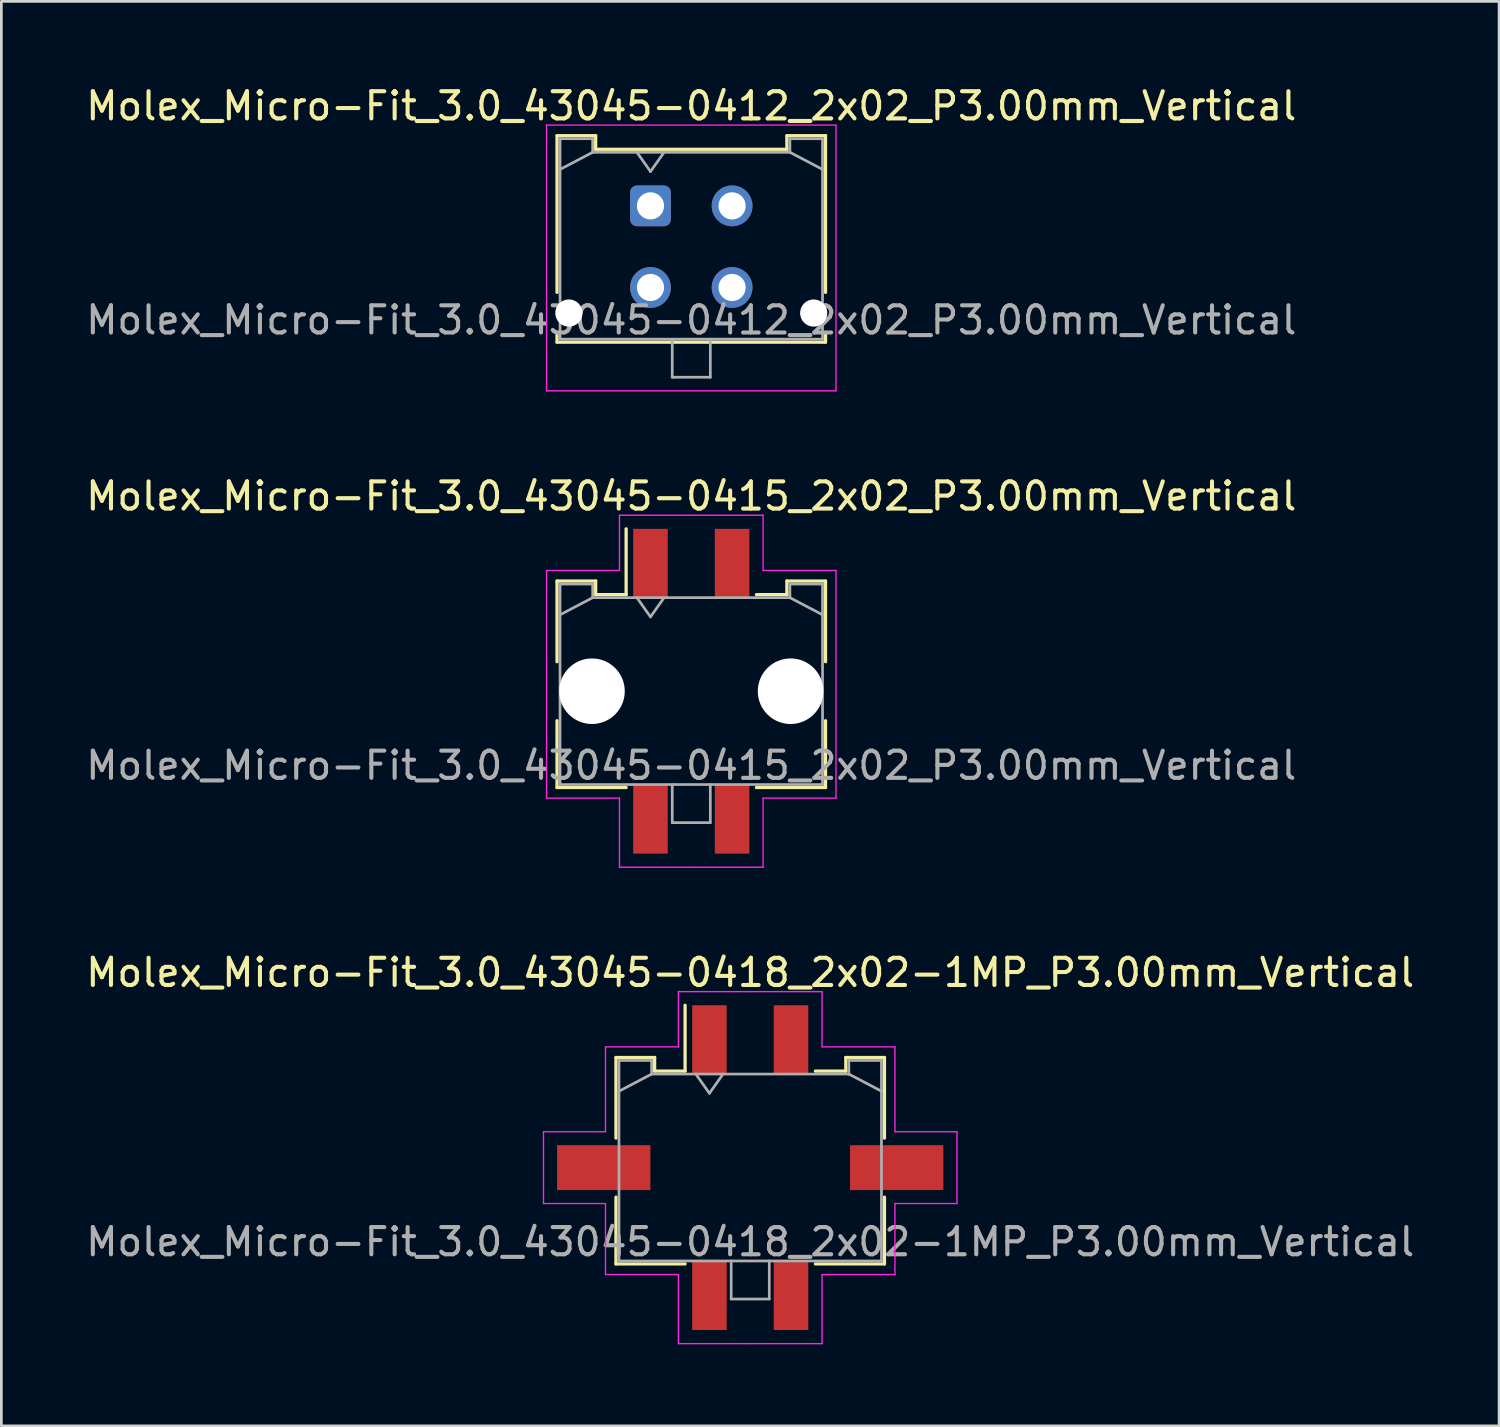
<source format=kicad_pcb>
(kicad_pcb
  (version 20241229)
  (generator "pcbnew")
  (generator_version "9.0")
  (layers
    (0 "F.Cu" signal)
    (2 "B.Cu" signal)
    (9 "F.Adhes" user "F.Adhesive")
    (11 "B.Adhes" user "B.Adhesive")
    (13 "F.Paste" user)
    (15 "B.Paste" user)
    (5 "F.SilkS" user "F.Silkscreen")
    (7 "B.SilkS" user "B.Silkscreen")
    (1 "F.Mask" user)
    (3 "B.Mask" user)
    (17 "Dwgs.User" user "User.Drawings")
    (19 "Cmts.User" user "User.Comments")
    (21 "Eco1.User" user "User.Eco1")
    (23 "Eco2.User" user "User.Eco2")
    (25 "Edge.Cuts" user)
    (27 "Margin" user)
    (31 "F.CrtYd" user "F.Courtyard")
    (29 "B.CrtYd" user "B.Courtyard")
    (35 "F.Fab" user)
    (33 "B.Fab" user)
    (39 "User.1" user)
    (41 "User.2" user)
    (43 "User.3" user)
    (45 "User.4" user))
  (footprint "Molex_Micro-Fit_3.0_43045-0418_2x02-1MP_P3.00mm_Vertical"
    (layer "F.Cu")
    (at 24.53 39.875)
    (property "Reference" "Molex_Micro-Fit_3.0_43045-0418_2x02-1MP_P3.00mm_Vertical" (at 0 -7.17 0) (layer "F.SilkS") (effects (font (size 1 1) (thickness 0.15))))
    (attr smd)
    (fp_line (start -4.935 -4.05) (end -3.515 -4.05) (stroke (width 0.12) (type solid)) (layer "F.SilkS"))
    (fp_line (start -4.935 -1.085) (end -4.935 -4.05) (stroke (width 0.12) (type solid)) (layer "F.SilkS"))
    (fp_line (start -4.935 1.085) (end -4.935 3.54) (stroke (width 0.12) (type solid)) (layer "F.SilkS"))
    (fp_line (start -4.935 3.54) (end -2.395 3.54) (stroke (width 0.12) (type solid)) (layer "F.SilkS"))
    (fp_line (start -3.515 -4.05) (end -3.515 -3.55) (stroke (width 0.12) (type solid)) (layer "F.SilkS"))
    (fp_line (start -3.515 -3.55) (end -2.395 -3.55) (stroke (width 0.12) (type solid)) (layer "F.SilkS"))
    (fp_line (start -2.395 -3.55) (end -2.395 -5.97) (stroke (width 0.12) (type solid)) (layer "F.SilkS"))
    (fp_line (start 3.515 -4.05) (end 3.515 -3.55) (stroke (width 0.12) (type solid)) (layer "F.SilkS"))
    (fp_line (start 3.515 -3.55) (end 2.395 -3.55) (stroke (width 0.12) (type solid)) (layer "F.SilkS"))
    (fp_line (start 4.935 -4.05) (end 3.515 -4.05) (stroke (width 0.12) (type solid)) (layer "F.SilkS"))
    (fp_line (start 4.935 -1.085) (end 4.935 -4.05) (stroke (width 0.12) (type solid)) (layer "F.SilkS"))
    (fp_line (start 4.935 1.085) (end 4.935 3.54) (stroke (width 0.12) (type solid)) (layer "F.SilkS"))
    (fp_line (start 4.935 3.54) (end 2.395 3.54) (stroke (width 0.12) (type solid)) (layer "F.SilkS"))
    (fp_line (start -7.6 -1.32) (end -7.6 1.32) (stroke (width 0.05) (type solid)) (layer "F.CrtYd"))
    (fp_line (start -7.6 1.32) (end -5.32 1.32) (stroke (width 0.05) (type solid)) (layer "F.CrtYd"))
    (fp_line (start -5.32 -4.44) (end -5.32 -1.32) (stroke (width 0.05) (type solid)) (layer "F.CrtYd"))
    (fp_line (start -5.32 -1.32) (end -7.6 -1.32) (stroke (width 0.05) (type solid)) (layer "F.CrtYd"))
    (fp_line (start -5.32 1.32) (end -5.32 3.93) (stroke (width 0.05) (type solid)) (layer "F.CrtYd"))
    (fp_line (start -5.32 3.93) (end -2.64 3.93) (stroke (width 0.05) (type solid)) (layer "F.CrtYd"))
    (fp_line (start -2.64 -6.47) (end -2.64 -4.44) (stroke (width 0.05) (type solid)) (layer "F.CrtYd"))
    (fp_line (start -2.64 -4.44) (end -5.32 -4.44) (stroke (width 0.05) (type solid)) (layer "F.CrtYd"))
    (fp_line (start -2.64 3.93) (end -2.64 6.47) (stroke (width 0.05) (type solid)) (layer "F.CrtYd"))
    (fp_line (start -2.64 6.47) (end 0 6.47) (stroke (width 0.05) (type solid)) (layer "F.CrtYd"))
    (fp_line (start 0 -6.47) (end -2.64 -6.47) (stroke (width 0.05) (type solid)) (layer "F.CrtYd"))
    (fp_line (start 0 -6.47) (end 2.64 -6.47) (stroke (width 0.05) (type solid)) (layer "F.CrtYd"))
    (fp_line (start 2.64 -6.47) (end 2.64 -4.44) (stroke (width 0.05) (type solid)) (layer "F.CrtYd"))
    (fp_line (start 2.64 -4.44) (end 5.32 -4.44) (stroke (width 0.05) (type solid)) (layer "F.CrtYd"))
    (fp_line (start 2.64 3.93) (end 2.64 6.47) (stroke (width 0.05) (type solid)) (layer "F.CrtYd"))
    (fp_line (start 2.64 6.47) (end 0 6.47) (stroke (width 0.05) (type solid)) (layer "F.CrtYd"))
    (fp_line (start 5.32 -4.44) (end 5.32 -1.32) (stroke (width 0.05) (type solid)) (layer "F.CrtYd"))
    (fp_line (start 5.32 -1.32) (end 7.6 -1.32) (stroke (width 0.05) (type solid)) (layer "F.CrtYd"))
    (fp_line (start 5.32 1.32) (end 5.32 3.93) (stroke (width 0.05) (type solid)) (layer "F.CrtYd"))
    (fp_line (start 5.32 3.93) (end 2.64 3.93) (stroke (width 0.05) (type solid)) (layer "F.CrtYd"))
    (fp_line (start 7.6 -1.32) (end 7.6 1.32) (stroke (width 0.05) (type solid)) (layer "F.CrtYd"))
    (fp_line (start 7.6 1.32) (end 5.32 1.32) (stroke (width 0.05) (type solid)) (layer "F.CrtYd"))
    (fp_line (start -4.825 -3.94) (end -4.825 3.43) (stroke (width 0.1) (type solid)) (layer "F.Fab"))
    (fp_line (start -4.825 -2.81) (end -3.625 -3.44) (stroke (width 0.1) (type solid)) (layer "F.Fab"))
    (fp_line (start -4.825 3.43) (end 4.825 3.43) (stroke (width 0.1) (type solid)) (layer "F.Fab"))
    (fp_line (start -3.625 -3.94) (end -4.825 -3.94) (stroke (width 0.1) (type solid)) (layer "F.Fab"))
    (fp_line (start -3.625 -3.44) (end -3.625 -3.94) (stroke (width 0.1) (type solid)) (layer "F.Fab"))
    (fp_line (start -2 -3.44) (end -1.5 -2.733) (stroke (width 0.1) (type solid)) (layer "F.Fab"))
    (fp_line (start -1.5 -2.733) (end -1 -3.44) (stroke (width 0.1) (type solid)) (layer "F.Fab"))
    (fp_line (start -0.7 3.43) (end -0.7 4.83) (stroke (width 0.1) (type solid)) (layer "F.Fab"))
    (fp_line (start -0.7 4.83) (end 0.7 4.83) (stroke (width 0.1) (type solid)) (layer "F.Fab"))
    (fp_line (start 0.7 4.83) (end 0.7 3.43) (stroke (width 0.1) (type solid)) (layer "F.Fab"))
    (fp_line (start 3.625 -3.94) (end 3.625 -3.44) (stroke (width 0.1) (type solid)) (layer "F.Fab"))
    (fp_line (start 3.625 -3.44) (end -3.625 -3.44) (stroke (width 0.1) (type solid)) (layer "F.Fab"))
    (fp_line (start 4.825 -3.94) (end 3.625 -3.94) (stroke (width 0.1) (type solid)) (layer "F.Fab"))
    (fp_line (start 4.825 -2.81) (end 3.625 -3.44) (stroke (width 0.1) (type solid)) (layer "F.Fab"))
    (fp_line (start 4.825 3.43) (end 4.825 -3.94) (stroke (width 0.1) (type solid)) (layer "F.Fab"))
    (fp_text user "${REFERENCE}" (at 0 2.73 0) (layer "F.Fab") (effects (font (size 1 1) (thickness 0.15))))
    (pad "1" smd rect (at -1.5 -4.7) (size 1.27 2.54) (layers "F.Cu" "F.Mask" "F.Paste"))
    (pad "2" smd rect (at 1.5 -4.7) (size 1.27 2.54) (layers "F.Cu" "F.Mask" "F.Paste"))
    (pad "3" smd rect (at -1.5 4.7) (size 1.27 2.54) (layers "F.Cu" "F.Mask" "F.Paste"))
    (pad "4" smd rect (at 1.5 4.7) (size 1.27 2.54) (layers "F.Cu" "F.Mask" "F.Paste"))
    (pad "MP" smd rect (at -5.385 0) (size 3.43 1.65) (layers "F.Cu" "F.Mask" "F.Paste"))
    (pad "MP" smd rect (at 5.385 0) (size 3.43 1.65) (layers "F.Cu" "F.Mask" "F.Paste")))
  (footprint "Molex_Micro-Fit_3.0_43045-0412_2x02_P3.00mm_Vertical"
    (layer "F.Cu")
    (at 20.863 4.518)
    (property "Reference" "Molex_Micro-Fit_3.0_43045-0412_2x02_P3.00mm_Vertical" (at 1.5 -3.67 0) (layer "F.SilkS") (effects (font (size 1 1) (thickness 0.15))))
    (attr through_hole)
    (fp_line (start -3.435 -2.58) (end -2.015 -2.58) (stroke (width 0.12) (type solid)) (layer "F.SilkS"))
    (fp_line (start -3.435 3.18) (end -3.435 -2.58) (stroke (width 0.12) (type solid)) (layer "F.SilkS"))
    (fp_line (start -3.435 4.7) (end -3.435 5.01) (stroke (width 0.12) (type solid)) (layer "F.SilkS"))
    (fp_line (start -3.435 5.01) (end 6.435 5.01) (stroke (width 0.12) (type solid)) (layer "F.SilkS"))
    (fp_line (start -2.015 -2.58) (end -2.015 -2.08) (stroke (width 0.12) (type solid)) (layer "F.SilkS"))
    (fp_line (start -2.015 -2.08) (end 5.015 -2.08) (stroke (width 0.12) (type solid)) (layer "F.SilkS"))
    (fp_line (start 5.015 -2.58) (end 6.435 -2.58) (stroke (width 0.12) (type solid)) (layer "F.SilkS"))
    (fp_line (start 5.015 -2.08) (end 5.015 -2.58) (stroke (width 0.12) (type solid)) (layer "F.SilkS"))
    (fp_line (start 6.435 -2.58) (end 6.435 3.18) (stroke (width 0.12) (type solid)) (layer "F.SilkS"))
    (fp_line (start 6.435 5.01) (end 6.435 4.7) (stroke (width 0.12) (type solid)) (layer "F.SilkS"))
    (fp_line (start -3.82 -2.97) (end 6.82 -2.97) (stroke (width 0.05) (type solid)) (layer "F.CrtYd"))
    (fp_line (start -3.82 6.8) (end -3.82 -2.97) (stroke (width 0.05) (type solid)) (layer "F.CrtYd"))
    (fp_line (start 6.82 -2.97) (end 6.82 6.8) (stroke (width 0.05) (type solid)) (layer "F.CrtYd"))
    (fp_line (start 6.82 6.8) (end -3.82 6.8) (stroke (width 0.05) (type solid)) (layer "F.CrtYd"))
    (fp_line (start -3.325 -2.47) (end -3.325 4.9) (stroke (width 0.1) (type solid)) (layer "F.Fab"))
    (fp_line (start -3.325 -1.34) (end -2.125 -1.97) (stroke (width 0.1) (type solid)) (layer "F.Fab"))
    (fp_line (start -3.325 4.9) (end 6.325 4.9) (stroke (width 0.1) (type solid)) (layer "F.Fab"))
    (fp_line (start -2.125 -2.47) (end -3.325 -2.47) (stroke (width 0.1) (type solid)) (layer "F.Fab"))
    (fp_line (start -2.125 -1.97) (end -2.125 -2.47) (stroke (width 0.1) (type solid)) (layer "F.Fab"))
    (fp_line (start -0.5 -1.97) (end 0 -1.263) (stroke (width 0.1) (type solid)) (layer "F.Fab"))
    (fp_line (start 0 -1.263) (end 0.5 -1.97) (stroke (width 0.1) (type solid)) (layer "F.Fab"))
    (fp_line (start 0.8 4.9) (end 0.8 6.3) (stroke (width 0.1) (type solid)) (layer "F.Fab"))
    (fp_line (start 0.8 6.3) (end 2.2 6.3) (stroke (width 0.1) (type solid)) (layer "F.Fab"))
    (fp_line (start 2.2 6.3) (end 2.2 4.9) (stroke (width 0.1) (type solid)) (layer "F.Fab"))
    (fp_line (start 5.125 -2.47) (end 5.125 -1.97) (stroke (width 0.1) (type solid)) (layer "F.Fab"))
    (fp_line (start 5.125 -1.97) (end -2.125 -1.97) (stroke (width 0.1) (type solid)) (layer "F.Fab"))
    (fp_line (start 6.325 -2.47) (end 5.125 -2.47) (stroke (width 0.1) (type solid)) (layer "F.Fab"))
    (fp_line (start 6.325 -1.34) (end 5.125 -1.97) (stroke (width 0.1) (type solid)) (layer "F.Fab"))
    (fp_line (start 6.325 4.9) (end 6.325 -2.47) (stroke (width 0.1) (type solid)) (layer "F.Fab"))
    (fp_text user "${REFERENCE}" (at 1.5 4.2 0) (layer "F.Fab") (effects (font (size 1 1) (thickness 0.15))))
    (pad "" np_thru_hole circle (at -3 3.94) (size 1 1) (drill 1) (layers "*.Cu" "*.Mask"))
    (pad "" np_thru_hole circle (at 6 3.94) (size 1 1) (drill 1) (layers "*.Cu" "*.Mask"))
    (pad "1" thru_hole roundrect (at 0 0) (size 1.5 1.5) (drill 1) (layers "*.Cu" "*.Mask") (roundrect_rratio 0.167))
    (pad "2" thru_hole circle (at 3 0) (size 1.5 1.5) (drill 1) (layers "*.Cu" "*.Mask"))
    (pad "3" thru_hole circle (at 0 3) (size 1.5 1.5) (drill 1) (layers "*.Cu" "*.Mask"))
    (pad "4" thru_hole circle (at 3 3) (size 1.5 1.5) (drill 1) (layers "*.Cu" "*.Mask")))
  (footprint "Molex_Micro-Fit_3.0_43045-0415_2x02_P3.00mm_Vertical"
    (layer "F.Cu")
    (at 22.363 22.361)
    (property "Reference" "Molex_Micro-Fit_3.0_43045-0415_2x02_P3.00mm_Vertical" (at 0 -7.17 0) (layer "F.SilkS") (effects (font (size 1 1) (thickness 0.15))))
    (attr smd)
    (fp_line (start -4.935 -4.05) (end -3.515 -4.05) (stroke (width 0.12) (type solid)) (layer "F.SilkS"))
    (fp_line (start -4.935 -1.085) (end -4.935 -4.05) (stroke (width 0.12) (type solid)) (layer "F.SilkS"))
    (fp_line (start -4.935 1.085) (end -4.935 3.54) (stroke (width 0.12) (type solid)) (layer "F.SilkS"))
    (fp_line (start -4.935 3.54) (end -2.395 3.54) (stroke (width 0.12) (type solid)) (layer "F.SilkS"))
    (fp_line (start -3.515 -4.05) (end -3.515 -3.55) (stroke (width 0.12) (type solid)) (layer "F.SilkS"))
    (fp_line (start -3.515 -3.55) (end -2.395 -3.55) (stroke (width 0.12) (type solid)) (layer "F.SilkS"))
    (fp_line (start -2.395 -3.55) (end -2.395 -5.97) (stroke (width 0.12) (type solid)) (layer "F.SilkS"))
    (fp_line (start 3.515 -4.05) (end 3.515 -3.55) (stroke (width 0.12) (type solid)) (layer "F.SilkS"))
    (fp_line (start 3.515 -3.55) (end 2.395 -3.55) (stroke (width 0.12) (type solid)) (layer "F.SilkS"))
    (fp_line (start 4.935 -4.05) (end 3.515 -4.05) (stroke (width 0.12) (type solid)) (layer "F.SilkS"))
    (fp_line (start 4.935 -1.085) (end 4.935 -4.05) (stroke (width 0.12) (type solid)) (layer "F.SilkS"))
    (fp_line (start 4.935 1.085) (end 4.935 3.54) (stroke (width 0.12) (type solid)) (layer "F.SilkS"))
    (fp_line (start 4.935 3.54) (end 2.395 3.54) (stroke (width 0.12) (type solid)) (layer "F.SilkS"))
    (fp_line (start -5.32 -4.44) (end -5.32 3.93) (stroke (width 0.05) (type solid)) (layer "F.CrtYd"))
    (fp_line (start -5.32 3.93) (end -2.64 3.93) (stroke (width 0.05) (type solid)) (layer "F.CrtYd"))
    (fp_line (start -2.64 -6.47) (end -2.64 -4.44) (stroke (width 0.05) (type solid)) (layer "F.CrtYd"))
    (fp_line (start -2.64 -4.44) (end -5.32 -4.44) (stroke (width 0.05) (type solid)) (layer "F.CrtYd"))
    (fp_line (start -2.64 3.93) (end -2.64 6.47) (stroke (width 0.05) (type solid)) (layer "F.CrtYd"))
    (fp_line (start -2.64 6.47) (end 0 6.47) (stroke (width 0.05) (type solid)) (layer "F.CrtYd"))
    (fp_line (start 0 -6.47) (end -2.64 -6.47) (stroke (width 0.05) (type solid)) (layer "F.CrtYd"))
    (fp_line (start 0 -6.47) (end 2.64 -6.47) (stroke (width 0.05) (type solid)) (layer "F.CrtYd"))
    (fp_line (start 2.64 -6.47) (end 2.64 -4.44) (stroke (width 0.05) (type solid)) (layer "F.CrtYd"))
    (fp_line (start 2.64 -4.44) (end 5.32 -4.44) (stroke (width 0.05) (type solid)) (layer "F.CrtYd"))
    (fp_line (start 2.64 3.93) (end 2.64 6.47) (stroke (width 0.05) (type solid)) (layer "F.CrtYd"))
    (fp_line (start 2.64 6.47) (end 0 6.47) (stroke (width 0.05) (type solid)) (layer "F.CrtYd"))
    (fp_line (start 5.32 -4.44) (end 5.32 3.93) (stroke (width 0.05) (type solid)) (layer "F.CrtYd"))
    (fp_line (start 5.32 3.93) (end 2.64 3.93) (stroke (width 0.05) (type solid)) (layer "F.CrtYd"))
    (fp_line (start -4.825 -3.94) (end -4.825 3.43) (stroke (width 0.1) (type solid)) (layer "F.Fab"))
    (fp_line (start -4.825 -2.81) (end -3.625 -3.44) (stroke (width 0.1) (type solid)) (layer "F.Fab"))
    (fp_line (start -4.825 3.43) (end 4.825 3.43) (stroke (width 0.1) (type solid)) (layer "F.Fab"))
    (fp_line (start -3.625 -3.94) (end -4.825 -3.94) (stroke (width 0.1) (type solid)) (layer "F.Fab"))
    (fp_line (start -3.625 -3.44) (end -3.625 -3.94) (stroke (width 0.1) (type solid)) (layer "F.Fab"))
    (fp_line (start -2 -3.44) (end -1.5 -2.733) (stroke (width 0.1) (type solid)) (layer "F.Fab"))
    (fp_line (start -1.5 -2.733) (end -1 -3.44) (stroke (width 0.1) (type solid)) (layer "F.Fab"))
    (fp_line (start -0.7 3.43) (end -0.7 4.83) (stroke (width 0.1) (type solid)) (layer "F.Fab"))
    (fp_line (start -0.7 4.83) (end 0.7 4.83) (stroke (width 0.1) (type solid)) (layer "F.Fab"))
    (fp_line (start 0.7 4.83) (end 0.7 3.43) (stroke (width 0.1) (type solid)) (layer "F.Fab"))
    (fp_line (start 3.625 -3.94) (end 3.625 -3.44) (stroke (width 0.1) (type solid)) (layer "F.Fab"))
    (fp_line (start 3.625 -3.44) (end -3.625 -3.44) (stroke (width 0.1) (type solid)) (layer "F.Fab"))
    (fp_line (start 4.825 -3.94) (end 3.625 -3.94) (stroke (width 0.1) (type solid)) (layer "F.Fab"))
    (fp_line (start 4.825 -2.81) (end 3.625 -3.44) (stroke (width 0.1) (type solid)) (layer "F.Fab"))
    (fp_line (start 4.825 3.43) (end 4.825 -3.94) (stroke (width 0.1) (type solid)) (layer "F.Fab"))
    (fp_text user "${REFERENCE}" (at 0 2.73 0) (layer "F.Fab") (effects (font (size 1 1) (thickness 0.15))))
    (pad "" np_thru_hole circle (at -3.65 0) (size 2.41 2.41) (drill 2.41) (layers "*.Cu" "*.Mask"))
    (pad "" np_thru_hole circle (at 3.65 0) (size 2.41 2.41) (drill 2.41) (layers "*.Cu" "*.Mask"))
    (pad "1" smd rect (at -1.5 -4.7) (size 1.27 2.54) (layers "F.Cu" "F.Mask" "F.Paste"))
    (pad "2" smd rect (at 1.5 -4.7) (size 1.27 2.54) (layers "F.Cu" "F.Mask" "F.Paste"))
    (pad "3" smd rect (at -1.5 4.7) (size 1.27 2.54) (layers "F.Cu" "F.Mask" "F.Paste"))
    (pad "4" smd rect (at 1.5 4.7) (size 1.27 2.54) (layers "F.Cu" "F.Mask" "F.Paste")))
  (gr_rect
    (start -3 -3)
    (end 52.06 49.37)
    (stroke (width 0.1) (type default))
    (fill no)
    (layer "Edge.Cuts")))
</source>
